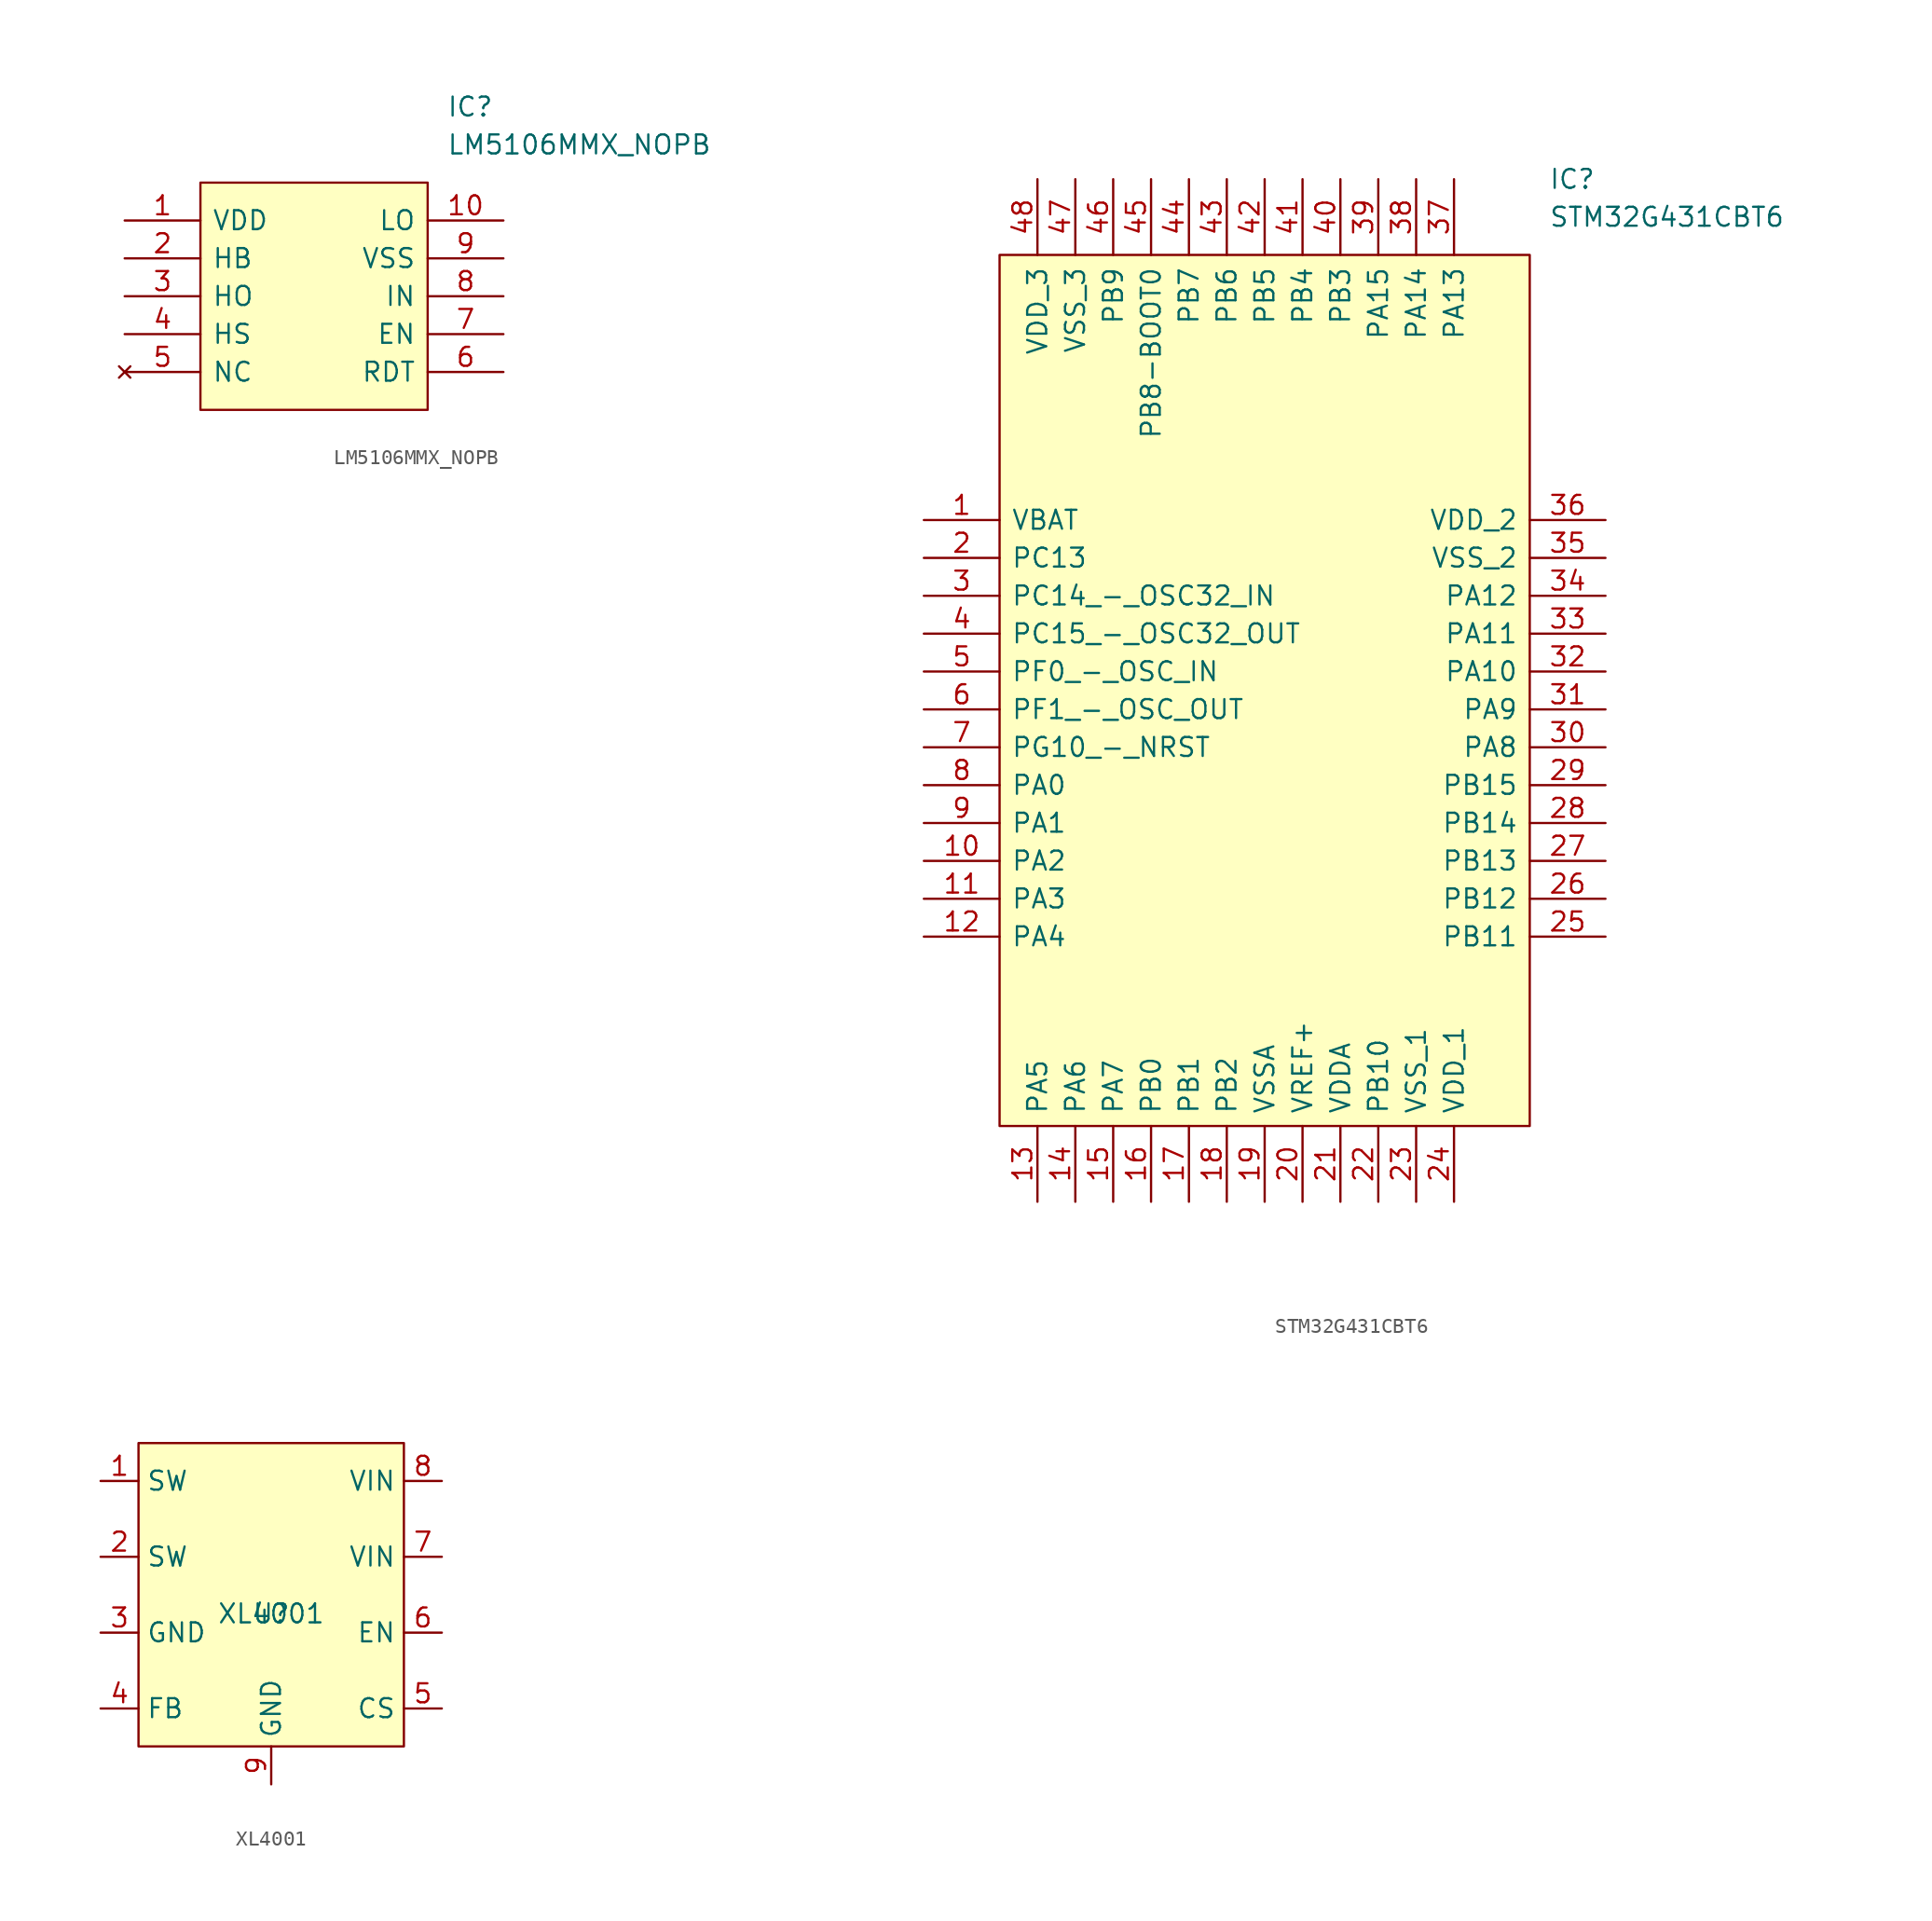
<source format=kicad_sym>
(kicad_symbol_lib
  (version 20211014)
  (generator kicad_symbol_editor)
  (symbol "LM5106MMX_NOPB"
    (pin_names
      (offset 0.762))
    (property "Reference" "IC"
      (at 21.59 7.62 0)
      (effects (font (size 1.27 1.27)) (justify left)))
    (property "Value" "LM5106MMX_NOPB"
      (at 21.59 5.08 0)
      (effects (font (size 1.27 1.27)) (justify left)))
    (symbol "LM5106MMX_NOPB_0_0"
      (pin passive line (at 0 0 0) (length 5.08) (name "VDD" (effects (font (size 1.27 1.27)))) (number "1" (effects (font (size 1.27 1.27)))))
      (pin passive line (at 25.4 0 180) (length 5.08) (name "LO" (effects (font (size 1.27 1.27)))) (number "10" (effects (font (size 1.27 1.27)))))
      (pin passive line (at 0 -2.54 0) (length 5.08) (name "HB" (effects (font (size 1.27 1.27)))) (number "2" (effects (font (size 1.27 1.27)))))
      (pin passive line (at 0 -5.08 0) (length 5.08) (name "HO" (effects (font (size 1.27 1.27)))) (number "3" (effects (font (size 1.27 1.27)))))
      (pin passive line (at 0 -7.62 0) (length 5.08) (name "HS" (effects (font (size 1.27 1.27)))) (number "4" (effects (font (size 1.27 1.27)))))
      (pin no_connect line (at 0 -10.16 0) (length 5.08) (name "NC" (effects (font (size 1.27 1.27)))) (number "5" (effects (font (size 1.27 1.27)))))
      (pin passive line (at 25.4 -10.16 180) (length 5.08) (name "RDT" (effects (font (size 1.27 1.27)))) (number "6" (effects (font (size 1.27 1.27)))))
      (pin passive line (at 25.4 -7.62 180) (length 5.08) (name "EN" (effects (font (size 1.27 1.27)))) (number "7" (effects (font (size 1.27 1.27)))))
      (pin passive line (at 25.4 -5.08 180) (length 5.08) (name "IN" (effects (font (size 1.27 1.27)))) (number "8" (effects (font (size 1.27 1.27)))))
      (pin passive line (at 25.4 -2.54 180) (length 5.08) (name "VSS" (effects (font (size 1.27 1.27)))) (number "9" (effects (font (size 1.27 1.27))))))
    (symbol "LM5106MMX_NOPB_0_1"
      (polyline (pts (xy 5.08 2.54) (xy 20.32 2.54) (xy 20.32 -12.7) (xy 5.08 -12.7) (xy 5.08 2.54)) (stroke (width 0.152) (type default) (color 0 0 0 0)) (fill (type background)))))
  (symbol "STM32G431CBT6"
    (pin_names
      (offset 0.762))
    (property "Reference" "IC"
      (at 41.91 22.86 0)
      (effects (font (size 1.27 1.27)) (justify left)))
    (property "Value" "STM32G431CBT6"
      (at 41.91 20.32 0)
      (effects (font (size 1.27 1.27)) (justify left)))
    (symbol "STM32G431CBT6_0_0"
      (pin passive line (at 0 0 0) (length 5.08) (name "VBAT" (effects (font (size 1.27 1.27)))) (number "1" (effects (font (size 1.27 1.27)))))
      (pin passive line (at 0 -22.86 0) (length 5.08) (name "PA2" (effects (font (size 1.27 1.27)))) (number "10" (effects (font (size 1.27 1.27)))))
      (pin passive line (at 0 -25.4 0) (length 5.08) (name "PA3" (effects (font (size 1.27 1.27)))) (number "11" (effects (font (size 1.27 1.27)))))
      (pin passive line (at 0 -27.94 0) (length 5.08) (name "PA4" (effects (font (size 1.27 1.27)))) (number "12" (effects (font (size 1.27 1.27)))))
      (pin passive line (at 7.62 -45.72 90) (length 5.08) (name "PA5" (effects (font (size 1.27 1.27)))) (number "13" (effects (font (size 1.27 1.27)))))
      (pin passive line (at 10.16 -45.72 90) (length 5.08) (name "PA6" (effects (font (size 1.27 1.27)))) (number "14" (effects (font (size 1.27 1.27)))))
      (pin passive line (at 12.7 -45.72 90) (length 5.08) (name "PA7" (effects (font (size 1.27 1.27)))) (number "15" (effects (font (size 1.27 1.27)))))
      (pin passive line (at 15.24 -45.72 90) (length 5.08) (name "PB0" (effects (font (size 1.27 1.27)))) (number "16" (effects (font (size 1.27 1.27)))))
      (pin passive line (at 17.78 -45.72 90) (length 5.08) (name "PB1" (effects (font (size 1.27 1.27)))) (number "17" (effects (font (size 1.27 1.27)))))
      (pin passive line (at 20.32 -45.72 90) (length 5.08) (name "PB2" (effects (font (size 1.27 1.27)))) (number "18" (effects (font (size 1.27 1.27)))))
      (pin passive line (at 22.86 -45.72 90) (length 5.08) (name "VSSA" (effects (font (size 1.27 1.27)))) (number "19" (effects (font (size 1.27 1.27)))))
      (pin passive line (at 0 -2.54 0) (length 5.08) (name "PC13" (effects (font (size 1.27 1.27)))) (number "2" (effects (font (size 1.27 1.27)))))
      (pin passive line (at 25.4 -45.72 90) (length 5.08) (name "VREF+" (effects (font (size 1.27 1.27)))) (number "20" (effects (font (size 1.27 1.27)))))
      (pin passive line (at 27.94 -45.72 90) (length 5.08) (name "VDDA" (effects (font (size 1.27 1.27)))) (number "21" (effects (font (size 1.27 1.27)))))
      (pin passive line (at 30.48 -45.72 90) (length 5.08) (name "PB10" (effects (font (size 1.27 1.27)))) (number "22" (effects (font (size 1.27 1.27)))))
      (pin passive line (at 33.02 -45.72 90) (length 5.08) (name "VSS_1" (effects (font (size 1.27 1.27)))) (number "23" (effects (font (size 1.27 1.27)))))
      (pin passive line (at 35.56 -45.72 90) (length 5.08) (name "VDD_1" (effects (font (size 1.27 1.27)))) (number "24" (effects (font (size 1.27 1.27)))))
      (pin passive line (at 45.72 -27.94 180) (length 5.08) (name "PB11" (effects (font (size 1.27 1.27)))) (number "25" (effects (font (size 1.27 1.27)))))
      (pin passive line (at 45.72 -25.4 180) (length 5.08) (name "PB12" (effects (font (size 1.27 1.27)))) (number "26" (effects (font (size 1.27 1.27)))))
      (pin passive line (at 45.72 -22.86 180) (length 5.08) (name "PB13" (effects (font (size 1.27 1.27)))) (number "27" (effects (font (size 1.27 1.27)))))
      (pin passive line (at 45.72 -20.32 180) (length 5.08) (name "PB14" (effects (font (size 1.27 1.27)))) (number "28" (effects (font (size 1.27 1.27)))))
      (pin passive line (at 45.72 -17.78 180) (length 5.08) (name "PB15" (effects (font (size 1.27 1.27)))) (number "29" (effects (font (size 1.27 1.27)))))
      (pin passive line (at 0 -5.08 0) (length 5.08) (name "PC14_-_OSC32_IN" (effects (font (size 1.27 1.27)))) (number "3" (effects (font (size 1.27 1.27)))))
      (pin passive line (at 45.72 -15.24 180) (length 5.08) (name "PA8" (effects (font (size 1.27 1.27)))) (number "30" (effects (font (size 1.27 1.27)))))
      (pin passive line (at 45.72 -12.7 180) (length 5.08) (name "PA9" (effects (font (size 1.27 1.27)))) (number "31" (effects (font (size 1.27 1.27)))))
      (pin passive line (at 45.72 -10.16 180) (length 5.08) (name "PA10" (effects (font (size 1.27 1.27)))) (number "32" (effects (font (size 1.27 1.27)))))
      (pin passive line (at 45.72 -7.62 180) (length 5.08) (name "PA11" (effects (font (size 1.27 1.27)))) (number "33" (effects (font (size 1.27 1.27)))))
      (pin passive line (at 45.72 -5.08 180) (length 5.08) (name "PA12" (effects (font (size 1.27 1.27)))) (number "34" (effects (font (size 1.27 1.27)))))
      (pin passive line (at 45.72 -2.54 180) (length 5.08) (name "VSS_2" (effects (font (size 1.27 1.27)))) (number "35" (effects (font (size 1.27 1.27)))))
      (pin passive line (at 45.72 0 180) (length 5.08) (name "VDD_2" (effects (font (size 1.27 1.27)))) (number "36" (effects (font (size 1.27 1.27)))))
      (pin passive line (at 35.56 22.86 270) (length 5.08) (name "PA13" (effects (font (size 1.27 1.27)))) (number "37" (effects (font (size 1.27 1.27)))))
      (pin passive line (at 33.02 22.86 270) (length 5.08) (name "PA14" (effects (font (size 1.27 1.27)))) (number "38" (effects (font (size 1.27 1.27)))))
      (pin passive line (at 30.48 22.86 270) (length 5.08) (name "PA15" (effects (font (size 1.27 1.27)))) (number "39" (effects (font (size 1.27 1.27)))))
      (pin passive line (at 0 -7.62 0) (length 5.08) (name "PC15_-_OSC32_OUT" (effects (font (size 1.27 1.27)))) (number "4" (effects (font (size 1.27 1.27)))))
      (pin passive line (at 27.94 22.86 270) (length 5.08) (name "PB3" (effects (font (size 1.27 1.27)))) (number "40" (effects (font (size 1.27 1.27)))))
      (pin passive line (at 25.4 22.86 270) (length 5.08) (name "PB4" (effects (font (size 1.27 1.27)))) (number "41" (effects (font (size 1.27 1.27)))))
      (pin passive line (at 22.86 22.86 270) (length 5.08) (name "PB5" (effects (font (size 1.27 1.27)))) (number "42" (effects (font (size 1.27 1.27)))))
      (pin passive line (at 20.32 22.86 270) (length 5.08) (name "PB6" (effects (font (size 1.27 1.27)))) (number "43" (effects (font (size 1.27 1.27)))))
      (pin passive line (at 17.78 22.86 270) (length 5.08) (name "PB7" (effects (font (size 1.27 1.27)))) (number "44" (effects (font (size 1.27 1.27)))))
      (pin passive line (at 15.24 22.86 270) (length 5.08) (name "PB8-BOOT0" (effects (font (size 1.27 1.27)))) (number "45" (effects (font (size 1.27 1.27)))))
      (pin passive line (at 12.7 22.86 270) (length 5.08) (name "PB9" (effects (font (size 1.27 1.27)))) (number "46" (effects (font (size 1.27 1.27)))))
      (pin passive line (at 10.16 22.86 270) (length 5.08) (name "VSS_3" (effects (font (size 1.27 1.27)))) (number "47" (effects (font (size 1.27 1.27)))))
      (pin passive line (at 7.62 22.86 270) (length 5.08) (name "VDD_3" (effects (font (size 1.27 1.27)))) (number "48" (effects (font (size 1.27 1.27)))))
      (pin passive line (at 0 -10.16 0) (length 5.08) (name "PF0_-_OSC_IN" (effects (font (size 1.27 1.27)))) (number "5" (effects (font (size 1.27 1.27)))))
      (pin passive line (at 0 -12.7 0) (length 5.08) (name "PF1_-_OSC_OUT" (effects (font (size 1.27 1.27)))) (number "6" (effects (font (size 1.27 1.27)))))
      (pin passive line (at 0 -15.24 0) (length 5.08) (name "PG10_-_NRST" (effects (font (size 1.27 1.27)))) (number "7" (effects (font (size 1.27 1.27)))))
      (pin passive line (at 0 -17.78 0) (length 5.08) (name "PA0" (effects (font (size 1.27 1.27)))) (number "8" (effects (font (size 1.27 1.27)))))
      (pin passive line (at 0 -20.32 0) (length 5.08) (name "PA1" (effects (font (size 1.27 1.27)))) (number "9" (effects (font (size 1.27 1.27))))))
    (symbol "STM32G431CBT6_0_1"
      (polyline (pts (xy 5.08 17.78) (xy 40.64 17.78) (xy 40.64 -40.64) (xy 5.08 -40.64) (xy 5.08 17.78)) (stroke (width 0.152) (type default) (color 0 0 0 0)) (fill (type background)))))
  (symbol "XL4001"
    (property "Reference" "U"
      (at 0 -1.27 0)
      (effects (font (size 1.27 1.27))))
    (property "Value" "XL4001"
      (at 0 -1.27 0)
      (effects (font (size 1.27 1.27))))
    (symbol "XL4001_0_0"
      (text "" (at -11.43 8.89 0) (effects (font (size 1.27 1.27))))
      (text "" (at 11.43 8.89 0) (effects (font (size 1.27 1.27)))))
    (symbol "XL4001_0_1"
      (rectangle (start -8.89 10.16) (end 8.89 -10.16) (stroke (width 0) (type default) (color 0 0 0 0)) (fill (type background))))
    (symbol "XL4001_1_1"
      (pin input line (at -11.43 7.62 0) (length 2.54) (name "SW" (effects (font (size 1.27 1.27)))) (number "1" (effects (font (size 1.27 1.27)))))
      (pin input line (at -11.43 2.54 0) (length 2.54) (name "SW" (effects (font (size 1.27 1.27)))) (number "2" (effects (font (size 1.27 1.27)))))
      (pin input line (at -11.43 -2.54 0) (length 2.54) (name "GND" (effects (font (size 1.27 1.27)))) (number "3" (effects (font (size 1.27 1.27)))))
      (pin input line (at -11.43 -7.62 0) (length 2.54) (name "FB" (effects (font (size 1.27 1.27)))) (number "4" (effects (font (size 1.27 1.27)))))
      (pin input line (at 11.43 -7.62 180) (length 2.54) (name "CS" (effects (font (size 1.27 1.27)))) (number "5" (effects (font (size 1.27 1.27)))))
      (pin input line (at 11.43 -2.54 180) (length 2.54) (name "EN" (effects (font (size 1.27 1.27)))) (number "6" (effects (font (size 1.27 1.27)))))
      (pin input line (at 11.43 2.54 180) (length 2.54) (name "VIN" (effects (font (size 1.27 1.27)))) (number "7" (effects (font (size 1.27 1.27)))))
      (pin input line (at 11.43 7.62 180) (length 2.54) (name "VIN" (effects (font (size 1.27 1.27)))) (number "8" (effects (font (size 1.27 1.27)))))
      (pin input line (at 0 -12.7 90) (length 2.54) (name "GND" (effects (font (size 1.27 1.27)))) (number "9" (effects (font (size 1.27 1.27))))))))
</source>
